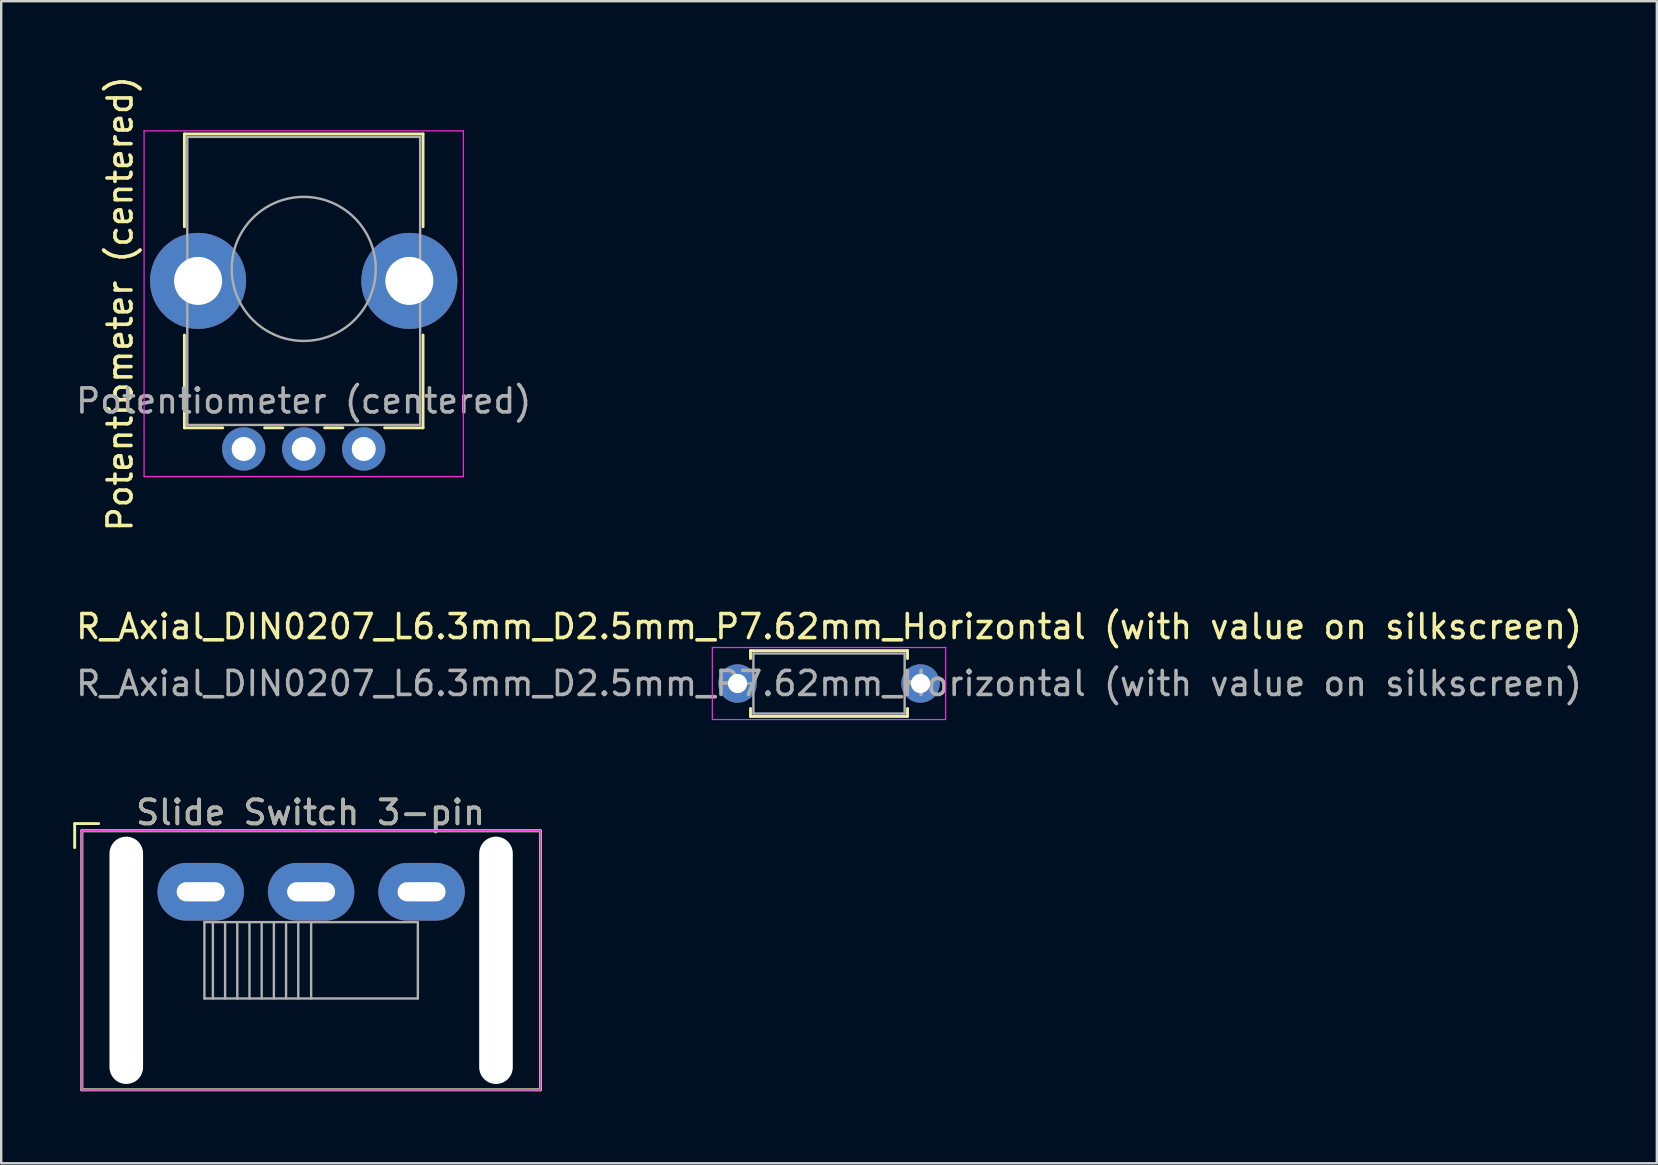
<source format=kicad_pcb>
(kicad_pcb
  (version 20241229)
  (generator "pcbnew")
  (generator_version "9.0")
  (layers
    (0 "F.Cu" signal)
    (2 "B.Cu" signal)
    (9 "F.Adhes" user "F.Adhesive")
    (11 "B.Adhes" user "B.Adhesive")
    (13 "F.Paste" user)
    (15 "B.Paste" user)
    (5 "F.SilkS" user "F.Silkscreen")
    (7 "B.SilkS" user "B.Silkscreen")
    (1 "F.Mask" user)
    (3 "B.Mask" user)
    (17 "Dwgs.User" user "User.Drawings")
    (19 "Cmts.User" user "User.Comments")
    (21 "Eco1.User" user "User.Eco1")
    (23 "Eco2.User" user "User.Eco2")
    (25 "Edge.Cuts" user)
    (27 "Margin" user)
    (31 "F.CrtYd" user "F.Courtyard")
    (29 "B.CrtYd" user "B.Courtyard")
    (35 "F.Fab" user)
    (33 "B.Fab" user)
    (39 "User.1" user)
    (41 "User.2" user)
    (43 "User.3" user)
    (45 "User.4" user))
  (footprint "Potentiometer (centered)"
    (layer "F.Cu")
    (at 9.626 8.076)
    (property "Reference" "Potentiometer (centered)" (at -7.675 1.525 90) (layer "F.SilkS") (effects (font (size 1 1) (thickness 0.15))))
    (attr through_hole)
    (fp_line (start -4.995 -5.545) (end 4.945 -5.545) (stroke (width 0.12) (type solid)) (layer "F.SilkS"))
    (fp_line (start -4.995 -1.68) (end -4.995 -5.545) (stroke (width 0.12) (type solid)) (layer "F.SilkS"))
    (fp_line (start -4.995 6.695) (end -4.995 2.83) (stroke (width 0.12) (type solid)) (layer "F.SilkS"))
    (fp_line (start -4.995 6.695) (end -3.396 6.695) (stroke (width 0.12) (type solid)) (layer "F.SilkS"))
    (fp_line (start -1.654 6.695) (end -0.895 6.695) (stroke (width 0.12) (type solid)) (layer "F.SilkS"))
    (fp_line (start 0.846 6.695) (end 1.605 6.695) (stroke (width 0.12) (type solid)) (layer "F.SilkS"))
    (fp_line (start 3.345 6.695) (end 4.945 6.695) (stroke (width 0.12) (type solid)) (layer "F.SilkS"))
    (fp_line (start 4.945 -1.68) (end 4.945 -5.545) (stroke (width 0.12) (type solid)) (layer "F.SilkS"))
    (fp_line (start 4.945 6.695) (end 4.945 2.83) (stroke (width 0.12) (type solid)) (layer "F.SilkS"))
    (fp_line (start -6.675 -5.675) (end -6.675 8.725) (stroke (width 0.05) (type solid)) (layer "F.CrtYd"))
    (fp_line (start -6.675 8.725) (end 6.625 8.725) (stroke (width 0.05) (type solid)) (layer "F.CrtYd"))
    (fp_line (start 6.625 -5.675) (end -6.675 -5.675) (stroke (width 0.05) (type solid)) (layer "F.CrtYd"))
    (fp_line (start 6.625 8.725) (end 6.625 -5.675) (stroke (width 0.05) (type solid)) (layer "F.CrtYd"))
    (fp_line (start -4.875 -5.425) (end -4.875 6.575) (stroke (width 0.1) (type solid)) (layer "F.Fab"))
    (fp_line (start -4.875 6.575) (end 4.825 6.575) (stroke (width 0.1) (type solid)) (layer "F.Fab"))
    (fp_line (start 4.825 -5.425) (end -4.875 -5.425) (stroke (width 0.1) (type solid)) (layer "F.Fab"))
    (fp_line (start 4.825 6.575) (end 4.825 -5.425) (stroke (width 0.1) (type solid)) (layer "F.Fab"))
    (fp_circle (center -0.025 0.075) (end -0.025 -2.925) (stroke (width 0.1) (type solid)) (fill no) (layer "F.Fab"))
    (fp_text user "${REFERENCE}" (at -0.025 5.575 180) (layer "F.Fab") (effects (font (size 1 1) (thickness 0.15))))
    (pad "" np_thru_hole circle (at -4.425 0.575 90) (size 4 4) (drill 2) (layers "*.Cu" "*.Mask"))
    (pad "" np_thru_hole circle (at 4.375 0.575 90) (size 4 4) (drill 2) (layers "*.Cu" "*.Mask"))
    (pad "1" thru_hole circle (at 2.475 7.575 90) (size 1.8 1.8) (drill 1) (layers "*.Cu" "*.Mask"))
    (pad "2" thru_hole circle (at -0.025 7.575 90) (size 1.8 1.8) (drill 1) (layers "*.Cu" "*.Mask"))
    (pad "3" thru_hole circle (at -2.525 7.575 90) (size 1.8 1.8) (drill 1) (layers "*.Cu" "*.Mask")))
  (footprint "R_Axial_DIN0207_L6.3mm_D2.5mm_P7.62mm_Horizontal (with value on silkscreen)"
    (layer "F.Cu")
    (at 27.672 25.421)
    (property "Reference" "R_Axial_DIN0207_L6.3mm_D2.5mm_P7.62mm_Horizontal (with value on silkscreen)" (at 3.81 -2.37 0) (layer "F.SilkS") (effects (font (size 1 1) (thickness 0.15))))
    (attr through_hole)
    (fp_line (start 0.54 -1.37) (end 7.08 -1.37) (stroke (width 0.12) (type solid)) (layer "F.SilkS"))
    (fp_line (start 0.54 -1.04) (end 0.54 -1.37) (stroke (width 0.12) (type solid)) (layer "F.SilkS"))
    (fp_line (start 0.54 1.04) (end 0.54 1.37) (stroke (width 0.12) (type solid)) (layer "F.SilkS"))
    (fp_line (start 0.54 1.37) (end 7.08 1.37) (stroke (width 0.12) (type solid)) (layer "F.SilkS"))
    (fp_line (start 7.08 -1.37) (end 7.08 -1.04) (stroke (width 0.12) (type solid)) (layer "F.SilkS"))
    (fp_line (start 7.08 1.37) (end 7.08 1.04) (stroke (width 0.12) (type solid)) (layer "F.SilkS"))
    (fp_line (start -1.05 -1.5) (end -1.05 1.5) (stroke (width 0.05) (type solid)) (layer "F.CrtYd"))
    (fp_line (start -1.05 1.5) (end 8.67 1.5) (stroke (width 0.05) (type solid)) (layer "F.CrtYd"))
    (fp_line (start 8.67 -1.5) (end -1.05 -1.5) (stroke (width 0.05) (type solid)) (layer "F.CrtYd"))
    (fp_line (start 8.67 1.5) (end 8.67 -1.5) (stroke (width 0.05) (type solid)) (layer "F.CrtYd"))
    (fp_line (start 0 0) (end 0.66 0) (stroke (width 0.1) (type solid)) (layer "F.Fab"))
    (fp_line (start 0.66 -1.25) (end 0.66 1.25) (stroke (width 0.1) (type solid)) (layer "F.Fab"))
    (fp_line (start 0.66 1.25) (end 6.96 1.25) (stroke (width 0.1) (type solid)) (layer "F.Fab"))
    (fp_line (start 6.96 -1.25) (end 0.66 -1.25) (stroke (width 0.1) (type solid)) (layer "F.Fab"))
    (fp_line (start 6.96 1.25) (end 6.96 -1.25) (stroke (width 0.1) (type solid)) (layer "F.Fab"))
    (fp_line (start 7.62 0) (end 6.96 0) (stroke (width 0.1) (type solid)) (layer "F.Fab"))
    (fp_text user "${REFERENCE}" (at 3.81 0 0) (layer "F.Fab") (effects (font (size 1 1) (thickness 0.15))))
    (pad "1" thru_hole circle (at 0 0) (size 1.6 1.6) (drill 0.8) (layers "*.Cu" "*.Mask"))
    (pad "2" thru_hole oval (at 7.62 0) (size 1.6 1.6) (drill 0.8) (layers "*.Cu" "*.Mask")))
  (footprint "Slide Switch 3-pin"
    (layer "F.Cu")
    (at 5.31 34.096)
    (property "Reference" "Slide Switch 3-pin" (at 4.575 -3.302 0) (layer "F.SilkS") (effects (font (size 1 1) (thickness 0.15))))
    (attr through_hole)
    (fp_line (start -5.25 -2.84) (end -4.25 -2.84) (stroke (width 0.12) (type solid)) (layer "F.SilkS"))
    (fp_line (start -5.25 -1.84) (end -5.25 -2.84) (stroke (width 0.12) (type solid)) (layer "F.SilkS"))
    (fp_line (start -4.95 -2.54) (end 14.15 -2.54) (stroke (width 0.12) (type solid)) (layer "F.SilkS"))
    (fp_line (start -4.95 8.25) (end -4.95 -2.54) (stroke (width 0.12) (type solid)) (layer "F.SilkS"))
    (fp_line (start 14.15 -2.54) (end 14.15 8.25) (stroke (width 0.12) (type solid)) (layer "F.SilkS"))
    (fp_line (start 14.15 8.25) (end -4.95 8.25) (stroke (width 0.12) (type solid)) (layer "F.SilkS"))
    (fp_line (start -4.95 -2.54) (end 14.15 -2.54) (stroke (width 0.05) (type solid)) (layer "F.CrtYd"))
    (fp_line (start -4.95 8.25) (end -4.95 -2.54) (stroke (width 0.05) (type solid)) (layer "F.CrtYd"))
    (fp_line (start 14.15 -2.54) (end 14.15 8.25) (stroke (width 0.05) (type solid)) (layer "F.CrtYd"))
    (fp_line (start 14.15 8.25) (end -4.95 8.25) (stroke (width 0.05) (type solid)) (layer "F.CrtYd"))
    (fp_line (start -4.95 -2.54) (end 14.15 -2.54) (stroke (width 0.1) (type solid)) (layer "F.Fab"))
    (fp_line (start -4.95 8.25) (end -4.95 -2.54) (stroke (width 0.1) (type solid)) (layer "F.Fab"))
    (fp_line (start -4.95 8.25) (end 14.15 8.25) (stroke (width 0.1) (type solid)) (layer "F.Fab"))
    (fp_line (start 0.155 1.265) (end 0.155 4.445) (stroke (width 0.1) (type solid)) (layer "F.Fab"))
    (fp_line (start 0.155 1.265) (end 9.045 1.265) (stroke (width 0.1) (type solid)) (layer "F.Fab"))
    (fp_line (start 0.508 1.265) (end 0.508 4.445) (stroke (width 0.1) (type solid)) (layer "F.Fab"))
    (fp_line (start 1.016 1.265) (end 1.016 4.445) (stroke (width 0.1) (type solid)) (layer "F.Fab"))
    (fp_line (start 1.524 1.265) (end 1.524 4.445) (stroke (width 0.1) (type solid)) (layer "F.Fab"))
    (fp_line (start 2.032 1.265) (end 2.032 4.445) (stroke (width 0.1) (type solid)) (layer "F.Fab"))
    (fp_line (start 2.54 1.265) (end 2.54 4.445) (stroke (width 0.1) (type solid)) (layer "F.Fab"))
    (fp_line (start 3.048 1.265) (end 3.048 4.445) (stroke (width 0.1) (type solid)) (layer "F.Fab"))
    (fp_line (start 3.556 1.265) (end 3.556 4.445) (stroke (width 0.1) (type solid)) (layer "F.Fab"))
    (fp_line (start 4.064 1.265) (end 4.064 4.445) (stroke (width 0.1) (type solid)) (layer "F.Fab"))
    (fp_line (start 4.6 1.265) (end 4.6 4.445) (stroke (width 0.1) (type solid)) (layer "F.Fab"))
    (fp_line (start 9.045 1.265) (end 9.045 4.445) (stroke (width 0.1) (type solid)) (layer "F.Fab"))
    (fp_line (start 9.045 4.445) (end 0.155 4.445) (stroke (width 0.1) (type solid)) (layer "F.Fab"))
    (fp_line (start 14.15 8.25) (end 14.15 -2.54) (stroke (width 0.1) (type solid)) (layer "F.Fab"))
    (fp_text user "${REFERENCE}" (at 4.575 -3.302 0) (layer "F.Fab") (effects (font (size 1 1) (thickness 0.15))))
    (pad "" np_thru_hole oval (at -3.1 2.855) (size 1.4 10.3) (drill oval 1.4 10.3) (layers "*.Cu" "*.Mask"))
    (pad "" np_thru_hole oval (at 12.3 2.855) (size 1.4 10.3) (drill oval 1.4 10.3) (layers "*.Cu" "*.Mask"))
    (pad "1" thru_hole oval (at 4.6 0) (size 3.6 2.4) (drill oval 2 0.8) (layers "*.Cu" "*.Mask"))
    (pad "2" thru_hole oval (at 9.2 0) (size 3.6 2.4) (drill oval 2 0.8) (layers "*.Cu" "*.Mask"))
    (pad "3" thru_hole oval (at 0 0) (size 3.6 2.4) (drill oval 2 0.8) (layers "*.Cu" "*.Mask")))
  (gr_rect
    (start -3 -3)
    (end 65.964 45.406)
    (stroke (width 0.1) (type default))
    (fill no)
    (layer "Edge.Cuts")))
</source>
